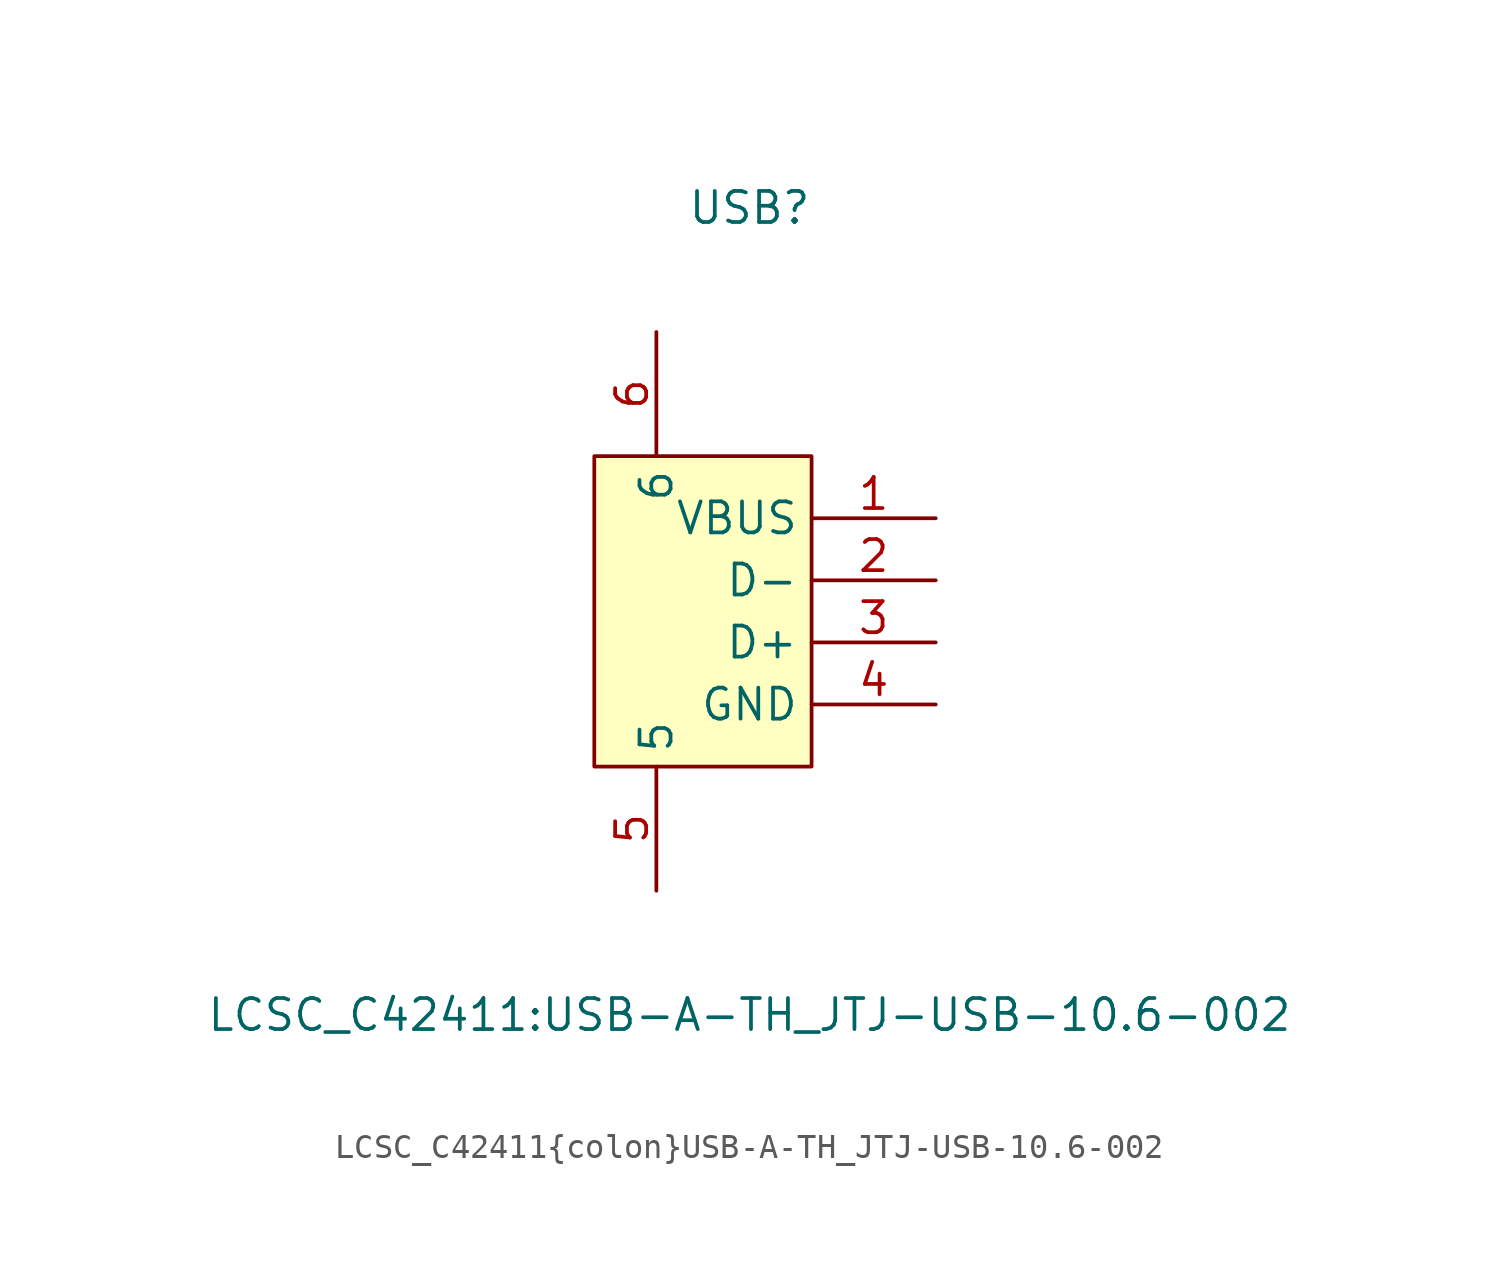
<source format=kicad_sym>
(kicad_symbol_lib
  (version 20220914)
  (generator kicad_symbol_editor)
  (symbol "LCSC_C42411{colon}USB-A-TH_JTJ-USB-10.6-002"
    (property "Reference" "USB"
      (at 0 15.24 0)
      (effects (font (size 1.27 1.27))))
    (property "Value" "LCSC_C42411:USB-A-TH_JTJ-USB-10.6-002"
      (at 0 -17.78 0)
      (effects (font (size 1.27 1.27))))
    (symbol "LCSC_C42411{colon}USB-A-TH_JTJ-USB-10.6-002_0_1"
      (rectangle (start -6.35 5.08) (end 2.54 -7.62) (stroke (width 0) (type default)) (fill (type background))))
    (symbol "LCSC_C42411{colon}USB-A-TH_JTJ-USB-10.6-002_1_1"
      (pin power_out line (at 7.62 2.54 180) (length 5.08) (name "VBUS" (effects (font (size 1.27 1.27)))) (number "1" (effects (font (size 1.27 1.27)))))
      (pin bidirectional line (at 7.62 0 180) (length 5.08) (name "D-" (effects (font (size 1.27 1.27)))) (number "2" (effects (font (size 1.27 1.27)))))
      (pin bidirectional line (at 7.62 -2.54 180) (length 5.08) (name "D+" (effects (font (size 1.27 1.27)))) (number "3" (effects (font (size 1.27 1.27)))))
      (pin power_out line (at 7.62 -5.08 180) (length 5.08) (name "GND" (effects (font (size 1.27 1.27)))) (number "4" (effects (font (size 1.27 1.27)))))
      (pin passive line (at -3.81 -12.7 90) (length 5.08) (name "5" (effects (font (size 1.27 1.27)))) (number "5" (effects (font (size 1.27 1.27)))))
      (pin passive line (at -3.81 10.16 270) (length 5.08) (name "6" (effects (font (size 1.27 1.27)))) (number "6" (effects (font (size 1.27 1.27))))))))
</source>
